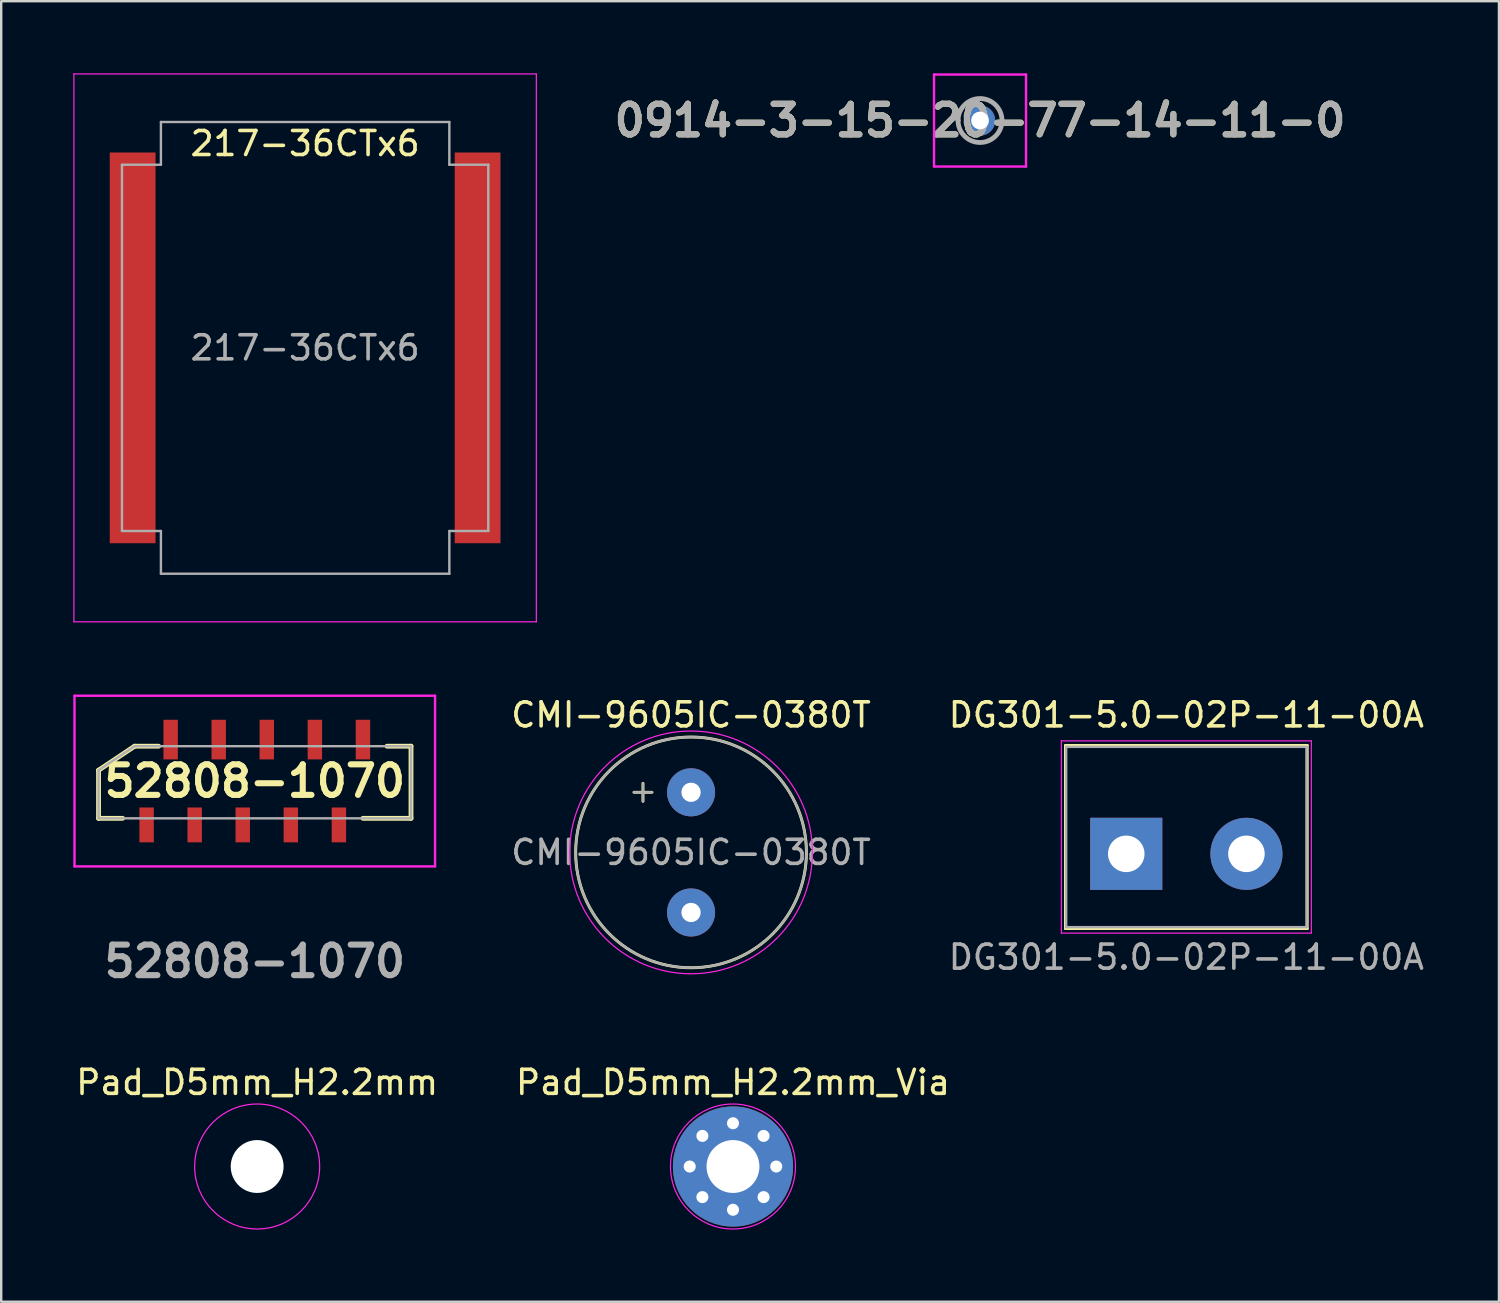
<source format=kicad_pcb>
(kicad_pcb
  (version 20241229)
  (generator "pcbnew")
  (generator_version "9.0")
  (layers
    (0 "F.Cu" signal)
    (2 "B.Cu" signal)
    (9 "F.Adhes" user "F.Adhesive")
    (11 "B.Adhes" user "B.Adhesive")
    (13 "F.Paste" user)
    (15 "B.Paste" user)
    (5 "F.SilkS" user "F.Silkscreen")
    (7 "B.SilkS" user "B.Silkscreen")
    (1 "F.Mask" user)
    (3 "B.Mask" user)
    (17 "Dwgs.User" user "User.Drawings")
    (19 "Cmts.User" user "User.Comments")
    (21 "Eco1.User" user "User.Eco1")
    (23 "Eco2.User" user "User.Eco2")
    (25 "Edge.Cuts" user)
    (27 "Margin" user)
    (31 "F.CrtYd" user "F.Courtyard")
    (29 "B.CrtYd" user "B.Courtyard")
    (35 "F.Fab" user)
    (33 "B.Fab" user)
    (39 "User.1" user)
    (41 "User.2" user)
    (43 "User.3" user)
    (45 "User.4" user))
  (footprint "Pad_D5mm_H2.2mm_Via"
    (layer "F.Cu")
    (at 27.446 45.483)
    (property "Reference" "Pad_D5mm_H2.2mm_Via" (at 0 -3.5 0) (layer "F.SilkS") (effects (font (size 1 1) (thickness 0.15))))
    (attr through_hole exclude_from_pos_files exclude_from_bom)
    (fp_circle (center 0 0) (end 2.6 0) (stroke (width 0.05) (type solid)) (fill no) (layer "F.CrtYd"))
    (pad "1" thru_hole circle (at -1.8 0) (size 0.8 0.8) (drill 0.5) (layers "*.Cu" "*.Mask"))
    (pad "1" thru_hole circle (at -1.273 -1.273 45) (size 0.8 0.8) (drill 0.5) (layers "*.Cu" "*.Mask"))
    (pad "1" thru_hole circle (at -1.273 1.273 45) (size 0.8 0.8) (drill 0.5) (layers "*.Cu" "*.Mask"))
    (pad "1" thru_hole circle (at 0 -1.8) (size 0.8 0.8) (drill 0.5) (layers "*.Cu" "*.Mask"))
    (pad "1" thru_hole circle (at 0 0) (size 5 5) (drill 2.2) (layers "*.Cu" "*.Mask"))
    (pad "1" thru_hole circle (at 0 1.8) (size 0.8 0.8) (drill 0.5) (layers "*.Cu" "*.Mask"))
    (pad "1" thru_hole circle (at 1.273 -1.273 45) (size 0.8 0.8) (drill 0.5) (layers "*.Cu" "*.Mask"))
    (pad "1" thru_hole circle (at 1.273 1.273 45) (size 0.8 0.8) (drill 0.5) (layers "*.Cu" "*.Mask"))
    (pad "1" thru_hole circle (at 1.8 0) (size 0.8 0.8) (drill 0.5) (layers "*.Cu" "*.Mask")))
  (footprint "CMI-9605IC-0380T"
    (layer "F.Cu")
    (at 25.701 32.414)
    (property "Reference" "CMI-9605IC-0380T" (at 0 -5.72 180) (layer "F.SilkS") (effects (font (size 1 1) (thickness 0.15))))
    (attr through_hole)
    (fp_line (start -2.375 -2.5) (end -1.625 -2.5) (stroke (width 0.12) (type default)) (layer "F.SilkS"))
    (fp_line (start -2 -2.125) (end -2 -2.875) (stroke (width 0.12) (type default)) (layer "F.SilkS"))
    (fp_circle (center 0 0) (end 4.8 0) (stroke (width 0.12) (type solid)) (fill no) (layer "F.SilkS"))
    (fp_circle (center 0 0) (end 5.05 0) (stroke (width 0.05) (type solid)) (fill no) (layer "F.CrtYd"))
    (fp_line (start -2.375 -2.5) (end -1.625 -2.5) (stroke (width 0.1) (type default)) (layer "F.Fab"))
    (fp_line (start -2 -2.125) (end -2 -2.875) (stroke (width 0.1) (type default)) (layer "F.Fab"))
    (fp_circle (center 0 0) (end 4.8 0) (stroke (width 0.1) (type solid)) (fill no) (layer "F.Fab"))
    (fp_text user "${REFERENCE}" (at 0 0 180) (layer "F.Fab") (effects (font (size 1 1) (thickness 0.15))))
    (pad "1" thru_hole circle (at 0 -2.5) (size 2 2) (drill 0.8) (layers "*.Cu" "*.Mask"))
    (pad "2" thru_hole circle (at 0 2.5) (size 2 2) (drill 0.8) (layers "*.Cu" "*.Mask")))
  (footprint "217-36CTx6"
    (layer "F.Cu")
    (at 9.645 11.423)
    (property "Reference" "217-36CTx6" (at 0 -8.5 0) (layer "F.SilkS") (effects (font (size 1 1) (thickness 0.15))))
    (attr smd allow_missing_courtyard)
    (fp_line (start -9.62 -11.398) (end 9.62 -11.398) (stroke (width 0.05) (type solid)) (layer "F.CrtYd"))
    (fp_line (start -9.62 11.398) (end -9.62 -11.398) (stroke (width 0.05) (type solid)) (layer "F.CrtYd"))
    (fp_line (start -9.62 11.398) (end 9.62 11.398) (stroke (width 0.05) (type solid)) (layer "F.CrtYd"))
    (fp_line (start 9.62 11.398) (end 9.62 -11.398) (stroke (width 0.05) (type solid)) (layer "F.CrtYd"))
    (fp_line (start -7.62 7.62) (end -7.62 -7.62) (stroke (width 0.1) (type solid)) (layer "F.Fab"))
    (fp_line (start -6 -9.398) (end -6 -7.62) (stroke (width 0.1) (type default)) (layer "F.Fab"))
    (fp_line (start -6 -9.398) (end 6 -9.398) (stroke (width 0.1) (type solid)) (layer "F.Fab"))
    (fp_line (start -6 -7.62) (end -7.62 -7.62) (stroke (width 0.1) (type default)) (layer "F.Fab"))
    (fp_line (start -6 7.62) (end -7.62 7.62) (stroke (width 0.1) (type default)) (layer "F.Fab"))
    (fp_line (start -6 7.62) (end -6 9.398) (stroke (width 0.1) (type default)) (layer "F.Fab"))
    (fp_line (start -6 9.398) (end 6 9.398) (stroke (width 0.1) (type solid)) (layer "F.Fab"))
    (fp_line (start 6 -7.62) (end 6 -9.398) (stroke (width 0.1) (type default)) (layer "F.Fab"))
    (fp_line (start 6 -7.62) (end 7.62 -7.62) (stroke (width 0.1) (type default)) (layer "F.Fab"))
    (fp_line (start 6 7.62) (end 6 9.398) (stroke (width 0.1) (type default)) (layer "F.Fab"))
    (fp_line (start 7.62 -7.62) (end 7.62 7.62) (stroke (width 0.1) (type solid)) (layer "F.Fab"))
    (fp_line (start 7.62 7.62) (end 6 7.62) (stroke (width 0.1) (type default)) (layer "F.Fab"))
    (fp_text user "${REFERENCE}" (at 0 0 0) (layer "F.Fab") (effects (font (size 1 1) (thickness 0.15))))
    (pad "1" smd rect (at -7.176 0) (size 1.905 16.256) (property pad_prop_heatsink) (layers "F.Cu" "F.Mask" "F.Paste"))
    (pad "2" smd rect (at 7.176 0) (size 1.905 16.256) (property pad_prop_heatsink) (layers "F.Cu" "F.Mask" "F.Paste")))
  (footprint "Pad_D5mm_H2.2mm"
    (layer "F.Cu")
    (at 7.649 45.483)
    (property "Reference" "Pad_D5mm_H2.2mm" (at 0 -3.5 0) (layer "F.SilkS") (effects (font (size 1 1) (thickness 0.15))))
    (attr exclude_from_pos_files exclude_from_bom)
    (fp_circle (center 0 0) (end 2.6 0) (stroke (width 0.05) (type solid)) (fill no) (layer "F.CrtYd"))
    (pad "1" thru_hole circle (at 0 0) (size 5 5) (drill 2.2) (layers "*.Cu" "F.Mask") (remove_unused_layers yes) (zone_layer_connections)))
  (footprint "0914-3-15-20-77-14-11-0"
    (layer "F.Cu")
    (at 37.724 1.964)
    (property "Reference" "0914-3-15-20-77-14-11-0" (at 0 0 0) (layer "F.SilkS") (effects (font (size 1.27 1.27) (thickness 0.254))))
    (attr through_hole)
    (fp_line (start -0.914 0) (end -0.914 0) (stroke (width 0.1) (type solid)) (layer "F.SilkS"))
    (fp_line (start 0.914 0) (end 0.914 0) (stroke (width 0.1) (type solid)) (layer "F.SilkS"))
    (fp_arc (start -0.914 0) (mid 0 -0.914) (end 0.914 0) (stroke (width 0.1) (type solid)) (layer "F.SilkS"))
    (fp_arc (start 0.914 0) (mid 0 0.914) (end -0.914 0) (stroke (width 0.1) (type solid)) (layer "F.SilkS"))
    (fp_line (start -1.914 -1.914) (end 1.914 -1.914) (stroke (width 0.1) (type solid)) (layer "F.CrtYd"))
    (fp_line (start -1.914 1.914) (end -1.914 -1.914) (stroke (width 0.1) (type solid)) (layer "F.CrtYd"))
    (fp_line (start 1.914 -1.914) (end 1.914 1.914) (stroke (width 0.1) (type solid)) (layer "F.CrtYd"))
    (fp_line (start 1.914 1.914) (end -1.914 1.914) (stroke (width 0.1) (type solid)) (layer "F.CrtYd"))
    (fp_line (start -0.914 0) (end -0.914 0) (stroke (width 0.2) (type solid)) (layer "F.Fab"))
    (fp_line (start 0.914 0) (end 0.914 0) (stroke (width 0.2) (type solid)) (layer "F.Fab"))
    (fp_arc (start -0.914 0) (mid 0 -0.914) (end 0.914 0) (stroke (width 0.2) (type solid)) (layer "F.Fab"))
    (fp_arc (start 0.914 0) (mid 0 0.914) (end -0.914 0) (stroke (width 0.2) (type solid)) (layer "F.Fab"))
    (fp_text user "${REFERENCE}" (at 0 0 0) (layer "F.Fab") (effects (font (size 1.27 1.27) (thickness 0.254))))
    (pad "1" thru_hole circle (at 0 0) (size 1.263 1.263) (drill 0.737) (layers "*.Cu" "*.Mask")))
  (footprint "52808-1070"
    (layer "F.Cu")
    (at 7.55 29.496)
    (property "Reference" "52808-1070" (at 0 -0.05 0) (layer "F.SilkS") (effects (font (size 1.27 1.27) (thickness 0.254))))
    (attr smd)
    (fp_line (start -6.5 -0.5) (end -6.5 1.5) (stroke (width 0.2) (type solid)) (layer "F.SilkS"))
    (fp_line (start -6.5 1.5) (end -5.5 1.5) (stroke (width 0.2) (type solid)) (layer "F.SilkS"))
    (fp_line (start -5 -1.5) (end -6.5 -0.5) (stroke (width 0.2) (type solid)) (layer "F.SilkS"))
    (fp_line (start -4 -1.5) (end -5 -1.5) (stroke (width 0.2) (type solid)) (layer "F.SilkS"))
    (fp_line (start 4.5 1.5) (end 6.5 1.5) (stroke (width 0.2) (type solid)) (layer "F.SilkS"))
    (fp_line (start 6.5 -1.5) (end 5.5 -1.5) (stroke (width 0.2) (type solid)) (layer "F.SilkS"))
    (fp_line (start 6.5 1.5) (end 6.5 -1.5) (stroke (width 0.2) (type solid)) (layer "F.SilkS"))
    (fp_line (start -7.5 -3.6) (end 7.5 -3.6) (stroke (width 0.1) (type solid)) (layer "F.CrtYd"))
    (fp_line (start -7.5 3.5) (end -7.5 -3.6) (stroke (width 0.1) (type solid)) (layer "F.CrtYd"))
    (fp_line (start 7.5 -3.6) (end 7.5 3.5) (stroke (width 0.1) (type solid)) (layer "F.CrtYd"))
    (fp_line (start 7.5 3.5) (end -7.5 3.5) (stroke (width 0.1) (type solid)) (layer "F.CrtYd"))
    (fp_line (start -6.5 -0.5) (end -6.5 1.5) (stroke (width 0.1) (type solid)) (layer "F.Fab"))
    (fp_line (start -6.5 1.5) (end 6.5 1.5) (stroke (width 0.1) (type solid)) (layer "F.Fab"))
    (fp_line (start -5 -1.5) (end -6.5 -0.5) (stroke (width 0.1) (type solid)) (layer "F.Fab"))
    (fp_line (start 6.5 -1.5) (end -5 -1.5) (stroke (width 0.1) (type solid)) (layer "F.Fab"))
    (fp_line (start 6.5 1.5) (end 6.5 -1.5) (stroke (width 0.1) (type solid)) (layer "F.Fab"))
    (fp_text user "${REFERENCE}" (at 0 7.45 0) (layer "F.Fab") (effects (font (size 1.27 1.27) (thickness 0.254))))
    (pad "1" smd rect (at -4.5 1.775) (size 0.6 1.45) (layers "F.Cu" "F.Mask" "F.Paste"))
    (pad "2" smd rect (at -3.5 -1.775) (size 0.6 1.65) (layers "F.Cu" "F.Mask" "F.Paste"))
    (pad "3" smd rect (at -2.5 1.775) (size 0.6 1.45) (layers "F.Cu" "F.Mask" "F.Paste"))
    (pad "4" smd rect (at -1.5 -1.775) (size 0.6 1.65) (layers "F.Cu" "F.Mask" "F.Paste"))
    (pad "5" smd rect (at -0.5 1.775) (size 0.6 1.45) (layers "F.Cu" "F.Mask" "F.Paste"))
    (pad "6" smd rect (at 0.5 -1.775) (size 0.6 1.65) (layers "F.Cu" "F.Mask" "F.Paste"))
    (pad "7" smd rect (at 1.5 1.775) (size 0.6 1.45) (layers "F.Cu" "F.Mask" "F.Paste"))
    (pad "8" smd rect (at 2.5 -1.775) (size 0.6 1.65) (layers "F.Cu" "F.Mask" "F.Paste"))
    (pad "9" smd rect (at 3.5 1.775) (size 0.6 1.45) (layers "F.Cu" "F.Mask" "F.Paste"))
    (pad "10" smd rect (at 4.5 -1.775) (size 0.6 1.65) (layers "F.Cu" "F.Mask" "F.Paste")))
  (footprint "DG301-5.0-02P-11-00A"
    (layer "F.Cu")
    (at 43.768 32.474)
    (property "Reference" "DG301-5.0-02P-11-00A" (at 2.54 -5.78 0) (layer "F.SilkS") (effects (font (size 1 1) (thickness 0.15))))
    (attr through_hole)
    (fp_line (start -2.49 -4.51) (end -2.49 3.11) (stroke (width 0.12) (type solid)) (layer "F.SilkS"))
    (fp_line (start -2.49 3.11) (end 7.57 3.11) (stroke (width 0.12) (type solid)) (layer "F.SilkS"))
    (fp_line (start 7.57 -4.51) (end -2.49 -4.51) (stroke (width 0.12) (type solid)) (layer "F.SilkS"))
    (fp_line (start 7.57 3.11) (end 7.57 -4.51) (stroke (width 0.12) (type solid)) (layer "F.SilkS"))
    (fp_line (start -2.66 -4.7) (end -2.66 3.3) (stroke (width 0.05) (type solid)) (layer "F.CrtYd"))
    (fp_line (start -2.66 -4.7) (end 7.74 -4.7) (stroke (width 0.05) (type solid)) (layer "F.CrtYd"))
    (fp_line (start 7.74 3.3) (end -2.66 3.3) (stroke (width 0.05) (type solid)) (layer "F.CrtYd"))
    (fp_line (start 7.74 3.3) (end 7.74 -4.7) (stroke (width 0.05) (type solid)) (layer "F.CrtYd"))
    (fp_line (start -2.46 -4.45) (end -2.46 3.05) (stroke (width 0.1) (type solid)) (layer "F.Fab"))
    (fp_line (start -2.46 3.05) (end 7.54 3.05) (stroke (width 0.1) (type solid)) (layer "F.Fab"))
    (fp_line (start 7.54 -4.45) (end -2.46 -4.45) (stroke (width 0.1) (type solid)) (layer "F.Fab"))
    (fp_line (start 7.54 3.05) (end 7.54 -4.45) (stroke (width 0.1) (type solid)) (layer "F.Fab"))
    (fp_text user "${REFERENCE}" (at 2.54 4.3 0) (layer "F.Fab") (effects (font (size 1 1) (thickness 0.15))))
    (pad "1" thru_hole rect (at 0.04 0) (size 3 3) (drill 1.52) (layers "*.Cu" "*.Mask"))
    (pad "2" thru_hole circle (at 5.04 0) (size 3 3) (drill 1.52) (layers "*.Cu" "*.Mask")))
  (gr_rect
    (start -3 -3)
    (end 59.314 51.108)
    (stroke (width 0.1) (type default))
    (fill no)
    (layer "Edge.Cuts")))
</source>
